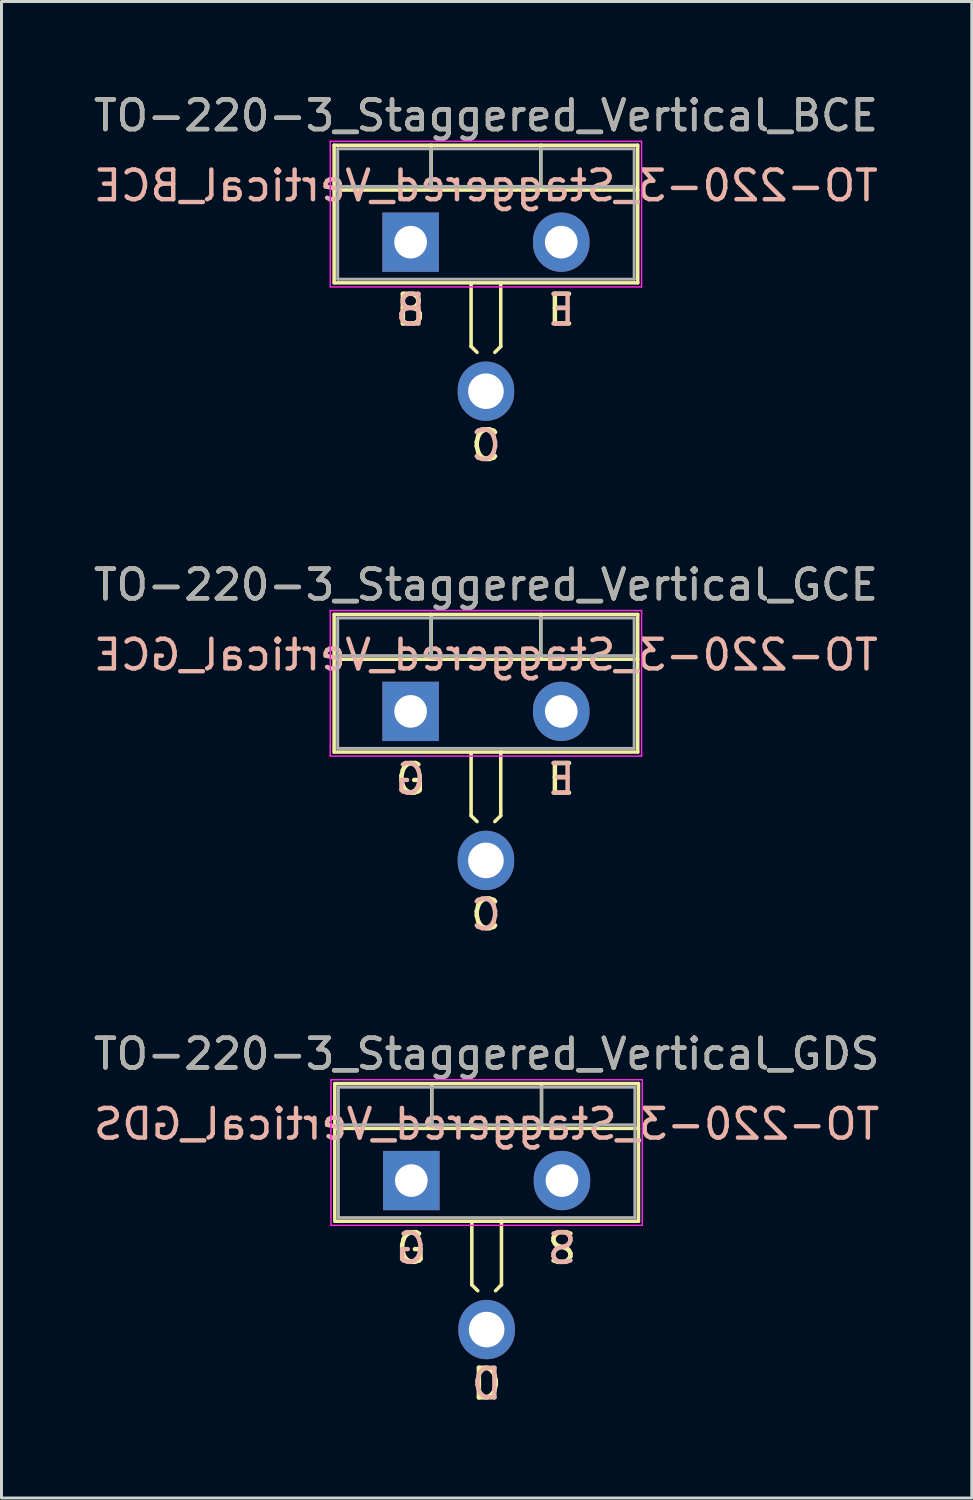
<source format=kicad_pcb>
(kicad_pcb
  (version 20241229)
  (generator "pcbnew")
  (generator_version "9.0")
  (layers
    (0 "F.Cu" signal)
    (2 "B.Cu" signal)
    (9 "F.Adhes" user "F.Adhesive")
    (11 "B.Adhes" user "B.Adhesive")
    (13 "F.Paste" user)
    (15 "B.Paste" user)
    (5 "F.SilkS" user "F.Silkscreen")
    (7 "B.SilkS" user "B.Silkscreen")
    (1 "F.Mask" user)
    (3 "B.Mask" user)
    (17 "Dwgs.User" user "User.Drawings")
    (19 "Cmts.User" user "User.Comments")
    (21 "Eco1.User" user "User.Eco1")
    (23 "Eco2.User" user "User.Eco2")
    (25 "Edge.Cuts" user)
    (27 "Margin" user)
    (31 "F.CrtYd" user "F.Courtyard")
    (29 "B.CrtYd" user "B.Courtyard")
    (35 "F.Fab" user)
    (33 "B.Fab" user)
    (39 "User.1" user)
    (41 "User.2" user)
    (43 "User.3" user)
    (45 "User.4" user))
  (footprint "TO-220-3_Staggered_Vertical_GCE"
    (layer "F.Cu")
    (at 10.799 20.943)
    (property "Reference" "TO-220-3_Staggered_Vertical_GCE" (at 2.54 -4.27 0) (layer "F.SilkS") (effects (font (size 1 1) (thickness 0.15))))
    (fp_line (start -2.58 -3.27) (end -2.58 1.371) (stroke (width 0.12) (type solid)) (layer "F.SilkS"))
    (fp_line (start -2.58 -3.27) (end 7.66 -3.27) (stroke (width 0.12) (type solid)) (layer "F.SilkS"))
    (fp_line (start -2.58 -1.76) (end 7.66 -1.76) (stroke (width 0.12) (type solid)) (layer "F.SilkS"))
    (fp_line (start -2.58 1.371) (end 3.048 1.371) (stroke (width 0.12) (type solid)) (layer "F.SilkS"))
    (fp_line (start 0.69 -3.27) (end 0.69 -1.76) (stroke (width 0.12) (type solid)) (layer "F.SilkS"))
    (fp_line (start 2.04 1.417) (end 2.04 3.517) (stroke (width 0.12) (type solid)) (layer "F.SilkS"))
    (fp_line (start 2.04 3.517) (end 2.24 3.716) (stroke (width 0.12) (type solid)) (layer "F.SilkS"))
    (fp_line (start 3.04 1.417) (end 3.04 3.517) (stroke (width 0.12) (type solid)) (layer "F.SilkS"))
    (fp_line (start 3.04 3.517) (end 2.84 3.716) (stroke (width 0.12) (type solid)) (layer "F.SilkS"))
    (fp_line (start 4.391 -3.27) (end 4.391 -1.76) (stroke (width 0.12) (type solid)) (layer "F.SilkS"))
    (fp_line (start 7.66 -3.27) (end 7.66 1.371) (stroke (width 0.12) (type solid)) (layer "F.SilkS"))
    (fp_line (start 7.66 1.371) (end 3.048 1.371) (stroke (width 0.12) (type solid)) (layer "F.SilkS"))
    (fp_line (start -2.71 -3.4) (end -2.71 1.51) (stroke (width 0.05) (type solid)) (layer "F.CrtYd"))
    (fp_line (start -2.71 1.51) (end 7.79 1.51) (stroke (width 0.05) (type solid)) (layer "F.CrtYd"))
    (fp_line (start 7.79 -3.4) (end -2.71 -3.4) (stroke (width 0.05) (type solid)) (layer "F.CrtYd"))
    (fp_line (start 7.79 1.51) (end 7.79 -3.4) (stroke (width 0.05) (type solid)) (layer "F.CrtYd"))
    (fp_line (start -2.46 -3.15) (end -2.46 1.25) (stroke (width 0.1) (type solid)) (layer "F.Fab"))
    (fp_line (start -2.46 -1.88) (end 7.54 -1.88) (stroke (width 0.1) (type solid)) (layer "F.Fab"))
    (fp_line (start -2.46 1.25) (end 7.54 1.25) (stroke (width 0.1) (type solid)) (layer "F.Fab"))
    (fp_line (start 0.69 -3.15) (end 0.69 -1.88) (stroke (width 0.1) (type solid)) (layer "F.Fab"))
    (fp_line (start 4.39 -3.15) (end 4.39 -1.88) (stroke (width 0.1) (type solid)) (layer "F.Fab"))
    (fp_line (start 7.54 -3.15) (end -2.46 -3.15) (stroke (width 0.1) (type solid)) (layer "F.Fab"))
    (fp_line (start 7.54 1.25) (end 7.54 -3.15) (stroke (width 0.1) (type solid)) (layer "F.Fab"))
    (fp_text user "G" (at 0 2.286 0) (unlocked yes) (layer "F.SilkS") (effects (font (size 1 1) (thickness 0.15))))
    (fp_text user "C" (at 2.54 6.858 0) (unlocked yes) (layer "F.SilkS") (effects (font (size 1 1) (thickness 0.15))))
    (fp_text user "E" (at 5.08 2.286 0) (unlocked yes) (layer "F.SilkS") (effects (font (size 1 1) (thickness 0.15))))
    (fp_text user "${REFERENCE}" (at 2.54 -1.905 0) (layer "B.SilkS") (effects (font (size 1 1) (thickness 0.15)) (justify mirror)))
    (fp_text user "G" (at 0 2.286 0) (unlocked yes) (layer "B.SilkS") (effects (font (size 1 1) (thickness 0.15)) (justify mirror)))
    (fp_text user "C" (at 2.54 6.858 0) (unlocked yes) (layer "B.SilkS") (effects (font (size 1 1) (thickness 0.15)) (justify mirror)))
    (fp_text user "E" (at 5.08 2.286 0) (unlocked yes) (layer "B.SilkS") (effects (font (size 1 1) (thickness 0.15)) (justify mirror)))
    (fp_text user "${REFERENCE}" (at 2.54 -4.27 0) (layer "F.Fab") (effects (font (size 1 1) (thickness 0.15))))
    (pad "1" thru_hole rect (at 0 0) (size 1.905 2) (drill 1.1) (layers "*.Cu" "*.Mask"))
    (pad "2" thru_hole oval (at 2.54 5.026) (size 1.905 2) (drill 1.2) (layers "*.Cu" "*.Mask"))
    (pad "3" thru_hole oval (at 5.08 0) (size 1.905 2) (drill 1.1) (layers "*.Cu" "*.Mask")))
  (footprint "TO-220-3_Staggered_Vertical_GDS"
    (layer "F.Cu")
    (at 10.823 36.767)
    (property "Reference" "TO-220-3_Staggered_Vertical_GDS" (at 2.54 -4.27 0) (layer "F.SilkS") (effects (font (size 1 1) (thickness 0.15))))
    (fp_line (start -2.58 -3.27) (end -2.58 1.371) (stroke (width 0.12) (type solid)) (layer "F.SilkS"))
    (fp_line (start -2.58 -3.27) (end 7.66 -3.27) (stroke (width 0.12) (type solid)) (layer "F.SilkS"))
    (fp_line (start -2.58 -1.76) (end 7.66 -1.76) (stroke (width 0.12) (type solid)) (layer "F.SilkS"))
    (fp_line (start -2.58 1.371) (end 3.048 1.371) (stroke (width 0.12) (type solid)) (layer "F.SilkS"))
    (fp_line (start 0.69 -3.27) (end 0.69 -1.76) (stroke (width 0.12) (type solid)) (layer "F.SilkS"))
    (fp_line (start 2.04 1.417) (end 2.04 3.517) (stroke (width 0.12) (type solid)) (layer "F.SilkS"))
    (fp_line (start 2.04 3.517) (end 2.24 3.716) (stroke (width 0.12) (type solid)) (layer "F.SilkS"))
    (fp_line (start 3.04 1.417) (end 3.04 3.517) (stroke (width 0.12) (type solid)) (layer "F.SilkS"))
    (fp_line (start 3.04 3.517) (end 2.84 3.716) (stroke (width 0.12) (type solid)) (layer "F.SilkS"))
    (fp_line (start 4.391 -3.27) (end 4.391 -1.76) (stroke (width 0.12) (type solid)) (layer "F.SilkS"))
    (fp_line (start 7.66 -3.27) (end 7.66 1.371) (stroke (width 0.12) (type solid)) (layer "F.SilkS"))
    (fp_line (start 7.66 1.371) (end 3.048 1.371) (stroke (width 0.12) (type solid)) (layer "F.SilkS"))
    (fp_line (start -2.71 -3.4) (end -2.71 1.51) (stroke (width 0.05) (type solid)) (layer "F.CrtYd"))
    (fp_line (start -2.71 1.51) (end 7.79 1.51) (stroke (width 0.05) (type solid)) (layer "F.CrtYd"))
    (fp_line (start 7.79 -3.4) (end -2.71 -3.4) (stroke (width 0.05) (type solid)) (layer "F.CrtYd"))
    (fp_line (start 7.79 1.51) (end 7.79 -3.4) (stroke (width 0.05) (type solid)) (layer "F.CrtYd"))
    (fp_line (start -2.46 -3.15) (end -2.46 1.25) (stroke (width 0.1) (type solid)) (layer "F.Fab"))
    (fp_line (start -2.46 -1.88) (end 7.54 -1.88) (stroke (width 0.1) (type solid)) (layer "F.Fab"))
    (fp_line (start -2.46 1.25) (end 7.54 1.25) (stroke (width 0.1) (type solid)) (layer "F.Fab"))
    (fp_line (start 0.69 -3.15) (end 0.69 -1.88) (stroke (width 0.1) (type solid)) (layer "F.Fab"))
    (fp_line (start 4.39 -3.15) (end 4.39 -1.88) (stroke (width 0.1) (type solid)) (layer "F.Fab"))
    (fp_line (start 7.54 -3.15) (end -2.46 -3.15) (stroke (width 0.1) (type solid)) (layer "F.Fab"))
    (fp_line (start 7.54 1.25) (end 7.54 -3.15) (stroke (width 0.1) (type solid)) (layer "F.Fab"))
    (fp_text user "D" (at 2.54 6.858 0) (unlocked yes) (layer "F.SilkS") (effects (font (size 1 1) (thickness 0.15))))
    (fp_text user "G" (at 0 2.286 0) (unlocked yes) (layer "F.SilkS") (effects (font (size 1 1) (thickness 0.15))))
    (fp_text user "S" (at 5.08 2.286 0) (unlocked yes) (layer "F.SilkS") (effects (font (size 1 1) (thickness 0.15))))
    (fp_text user "${REFERENCE}" (at 2.54 -1.905 0) (layer "B.SilkS") (effects (font (size 1 1) (thickness 0.15)) (justify mirror)))
    (fp_text user "G" (at 0 2.286 0) (unlocked yes) (layer "B.SilkS") (effects (font (size 1 1) (thickness 0.15)) (justify mirror)))
    (fp_text user "D" (at 2.54 6.858 0) (unlocked yes) (layer "B.SilkS") (effects (font (size 1 1) (thickness 0.15)) (justify mirror)))
    (fp_text user "S" (at 5.08 2.286 0) (unlocked yes) (layer "B.SilkS") (effects (font (size 1 1) (thickness 0.15)) (justify mirror)))
    (fp_text user "${REFERENCE}" (at 2.54 -4.27 0) (layer "F.Fab") (effects (font (size 1 1) (thickness 0.15))))
    (pad "1" thru_hole rect (at 0 0) (size 1.905 2) (drill 1.1) (layers "*.Cu" "*.Mask"))
    (pad "2" thru_hole oval (at 2.54 5.026) (size 1.905 2) (drill 1.2) (layers "*.Cu" "*.Mask"))
    (pad "3" thru_hole oval (at 5.08 0) (size 1.905 2) (drill 1.1) (layers "*.Cu" "*.Mask")))
  (footprint "TO-220-3_Staggered_Vertical_BCE"
    (layer "F.Cu")
    (at 10.799 5.118)
    (property "Reference" "TO-220-3_Staggered_Vertical_BCE" (at 2.54 -4.27 0) (layer "F.SilkS") (effects (font (size 1 1) (thickness 0.15))))
    (fp_line (start -2.58 -3.27) (end -2.58 1.371) (stroke (width 0.12) (type solid)) (layer "F.SilkS"))
    (fp_line (start -2.58 -3.27) (end 7.66 -3.27) (stroke (width 0.12) (type solid)) (layer "F.SilkS"))
    (fp_line (start -2.58 -1.76) (end 7.66 -1.76) (stroke (width 0.12) (type solid)) (layer "F.SilkS"))
    (fp_line (start -2.58 1.371) (end 3.048 1.371) (stroke (width 0.12) (type solid)) (layer "F.SilkS"))
    (fp_line (start 0.69 -3.27) (end 0.69 -1.76) (stroke (width 0.12) (type solid)) (layer "F.SilkS"))
    (fp_line (start 2.04 1.417) (end 2.04 3.517) (stroke (width 0.12) (type solid)) (layer "F.SilkS"))
    (fp_line (start 2.04 3.517) (end 2.24 3.716) (stroke (width 0.12) (type solid)) (layer "F.SilkS"))
    (fp_line (start 3.04 1.417) (end 3.04 3.517) (stroke (width 0.12) (type solid)) (layer "F.SilkS"))
    (fp_line (start 3.04 3.517) (end 2.84 3.716) (stroke (width 0.12) (type solid)) (layer "F.SilkS"))
    (fp_line (start 4.391 -3.27) (end 4.391 -1.76) (stroke (width 0.12) (type solid)) (layer "F.SilkS"))
    (fp_line (start 7.66 -3.27) (end 7.66 1.371) (stroke (width 0.12) (type solid)) (layer "F.SilkS"))
    (fp_line (start 7.66 1.371) (end 3.048 1.371) (stroke (width 0.12) (type solid)) (layer "F.SilkS"))
    (fp_line (start -2.71 -3.4) (end -2.71 1.51) (stroke (width 0.05) (type solid)) (layer "F.CrtYd"))
    (fp_line (start -2.71 1.51) (end 7.79 1.51) (stroke (width 0.05) (type solid)) (layer "F.CrtYd"))
    (fp_line (start 7.79 -3.4) (end -2.71 -3.4) (stroke (width 0.05) (type solid)) (layer "F.CrtYd"))
    (fp_line (start 7.79 1.51) (end 7.79 -3.4) (stroke (width 0.05) (type solid)) (layer "F.CrtYd"))
    (fp_line (start -2.46 -3.15) (end -2.46 1.25) (stroke (width 0.1) (type solid)) (layer "F.Fab"))
    (fp_line (start -2.46 -1.88) (end 7.54 -1.88) (stroke (width 0.1) (type solid)) (layer "F.Fab"))
    (fp_line (start -2.46 1.25) (end 7.54 1.25) (stroke (width 0.1) (type solid)) (layer "F.Fab"))
    (fp_line (start 0.69 -3.15) (end 0.69 -1.88) (stroke (width 0.1) (type solid)) (layer "F.Fab"))
    (fp_line (start 4.39 -3.15) (end 4.39 -1.88) (stroke (width 0.1) (type solid)) (layer "F.Fab"))
    (fp_line (start 7.54 -3.15) (end -2.46 -3.15) (stroke (width 0.1) (type solid)) (layer "F.Fab"))
    (fp_line (start 7.54 1.25) (end 7.54 -3.15) (stroke (width 0.1) (type solid)) (layer "F.Fab"))
    (fp_text user "B" (at 0 2.286 0) (unlocked yes) (layer "F.SilkS") (effects (font (size 1 1) (thickness 0.15))))
    (fp_text user "C" (at 2.54 6.858 0) (unlocked yes) (layer "F.SilkS") (effects (font (size 1 1) (thickness 0.15))))
    (fp_text user "E" (at 5.08 2.286 0) (unlocked yes) (layer "F.SilkS") (effects (font (size 1 1) (thickness 0.15))))
    (fp_text user "${REFERENCE}" (at 2.54 -1.905 0) (layer "B.SilkS") (effects (font (size 1 1) (thickness 0.15)) (justify mirror)))
    (fp_text user "C" (at 2.54 6.858 0) (unlocked yes) (layer "B.SilkS") (effects (font (size 1 1) (thickness 0.15)) (justify mirror)))
    (fp_text user "E" (at 5.08 2.286 0) (unlocked yes) (layer "B.SilkS") (effects (font (size 1 1) (thickness 0.15)) (justify mirror)))
    (fp_text user "B" (at 0 2.286 0) (unlocked yes) (layer "B.SilkS") (effects (font (size 1 1) (thickness 0.15)) (justify mirror)))
    (fp_text user "${REFERENCE}" (at 2.54 -4.27 0) (layer "F.Fab") (effects (font (size 1 1) (thickness 0.15))))
    (pad "1" thru_hole rect (at 0 0) (size 1.905 2) (drill 1.1) (layers "*.Cu" "*.Mask"))
    (pad "2" thru_hole oval (at 2.54 5.026) (size 1.905 2) (drill 1.2) (layers "*.Cu" "*.Mask"))
    (pad "3" thru_hole oval (at 5.08 0) (size 1.905 2) (drill 1.1) (layers "*.Cu" "*.Mask")))
  (gr_rect
    (start -3 -3)
    (end 29.726 47.474)
    (stroke (width 0.1) (type default))
    (fill no)
    (layer "Edge.Cuts")))
</source>
